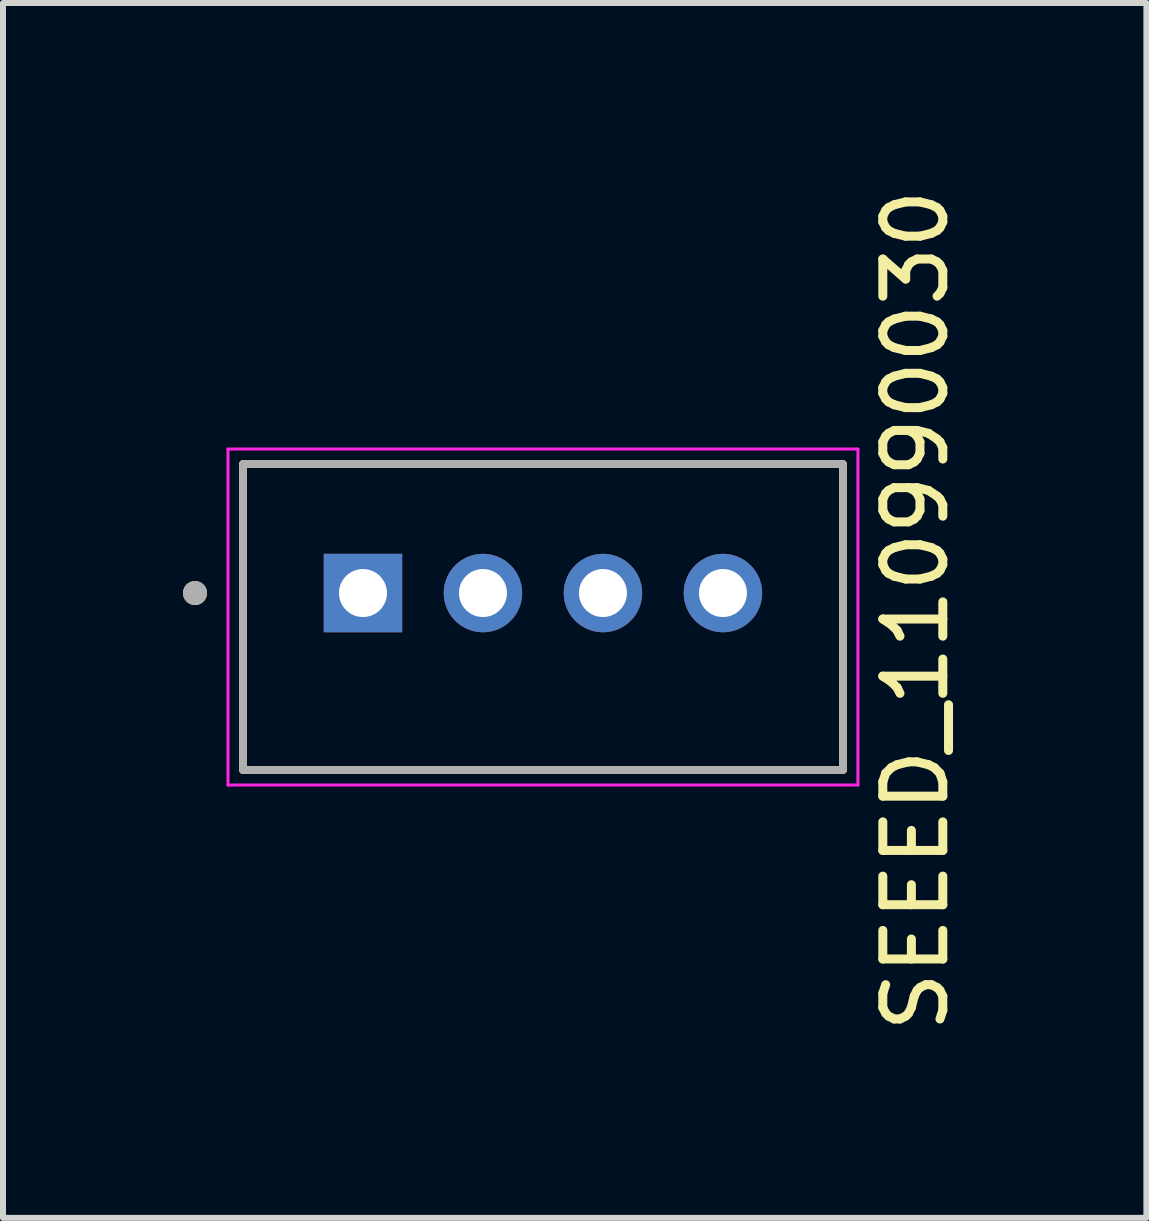
<source format=kicad_pcb>
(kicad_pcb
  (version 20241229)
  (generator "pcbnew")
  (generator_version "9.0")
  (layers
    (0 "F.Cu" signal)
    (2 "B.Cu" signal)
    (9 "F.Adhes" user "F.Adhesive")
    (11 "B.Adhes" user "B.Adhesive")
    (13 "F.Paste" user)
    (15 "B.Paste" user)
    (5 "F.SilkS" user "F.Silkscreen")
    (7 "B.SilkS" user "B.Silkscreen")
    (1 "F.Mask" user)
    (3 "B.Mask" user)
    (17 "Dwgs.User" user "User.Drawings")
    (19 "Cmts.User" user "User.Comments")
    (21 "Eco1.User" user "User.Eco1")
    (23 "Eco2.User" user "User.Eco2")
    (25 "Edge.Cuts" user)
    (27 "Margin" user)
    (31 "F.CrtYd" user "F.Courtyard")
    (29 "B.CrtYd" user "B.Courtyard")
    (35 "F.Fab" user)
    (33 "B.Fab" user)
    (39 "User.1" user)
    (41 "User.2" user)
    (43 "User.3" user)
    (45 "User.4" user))
  (footprint "SEEED_110990030"
    (layer "F.Cu")
    (at 6 6.835)
    (property "Reference" "SEEED_110990030" (at 6.21 0.29 270) (layer "F.SilkS") (effects (font (size 1 1) (thickness 0.15))))
    (attr through_hole)
    (fp_line (start -5 -2.15) (end 5 -2.15) (stroke (width 0.127) (type solid)) (layer "F.SilkS"))
    (fp_line (start -5 2.95) (end -5 -2.15) (stroke (width 0.127) (type solid)) (layer "F.SilkS"))
    (fp_line (start 5 -2.15) (end 5 2.95) (stroke (width 0.127) (type solid)) (layer "F.SilkS"))
    (fp_line (start 5 2.95) (end -5 2.95) (stroke (width 0.127) (type solid)) (layer "F.SilkS"))
    (fp_circle (center -5.8 0) (end -5.7 0) (stroke (width 0.2) (type solid)) (fill no) (layer "F.SilkS"))
    (fp_line (start -5.25 -2.4) (end 5.25 -2.4) (stroke (width 0.05) (type solid)) (layer "F.CrtYd"))
    (fp_line (start -5.25 3.2) (end -5.25 -2.4) (stroke (width 0.05) (type solid)) (layer "F.CrtYd"))
    (fp_line (start 5.25 -2.4) (end 5.25 3.2) (stroke (width 0.05) (type solid)) (layer "F.CrtYd"))
    (fp_line (start 5.25 3.2) (end -5.25 3.2) (stroke (width 0.05) (type solid)) (layer "F.CrtYd"))
    (fp_line (start -5 -2.15) (end 5 -2.15) (stroke (width 0.127) (type solid)) (layer "F.Fab"))
    (fp_line (start -5 2.95) (end -5 -2.15) (stroke (width 0.127) (type solid)) (layer "F.Fab"))
    (fp_line (start 5 -2.15) (end 5 2.95) (stroke (width 0.127) (type solid)) (layer "F.Fab"))
    (fp_line (start 5 2.95) (end -5 2.95) (stroke (width 0.127) (type solid)) (layer "F.Fab"))
    (fp_circle (center -5.8 0) (end -5.7 0) (stroke (width 0.2) (type solid)) (fill no) (layer "F.Fab"))
    (fp_text user "EXT" (at -1.43 -2.41 0) (unlocked yes) (layer "User.1") (effects (font (size 1 1) (thickness 0.1)) (justify left bottom)))
    (pad "1" thru_hole rect (at -3 0) (size 1.308 1.308) (drill 0.8) (layers "*.Cu" "*.Mask"))
    (pad "2" thru_hole circle (at -1 0) (size 1.308 1.308) (drill 0.8) (layers "*.Cu" "*.Mask"))
    (pad "3" thru_hole circle (at 1 0) (size 1.308 1.308) (drill 0.8) (layers "*.Cu" "*.Mask"))
    (pad "4" thru_hole circle (at 3 0) (size 1.308 1.308) (drill 0.8) (layers "*.Cu" "*.Mask")))
  (gr_rect
    (start -3 -3)
    (end 16.058 17.25)
    (stroke (width 0.1) (type default))
    (fill no)
    (layer "Edge.Cuts")))
</source>
